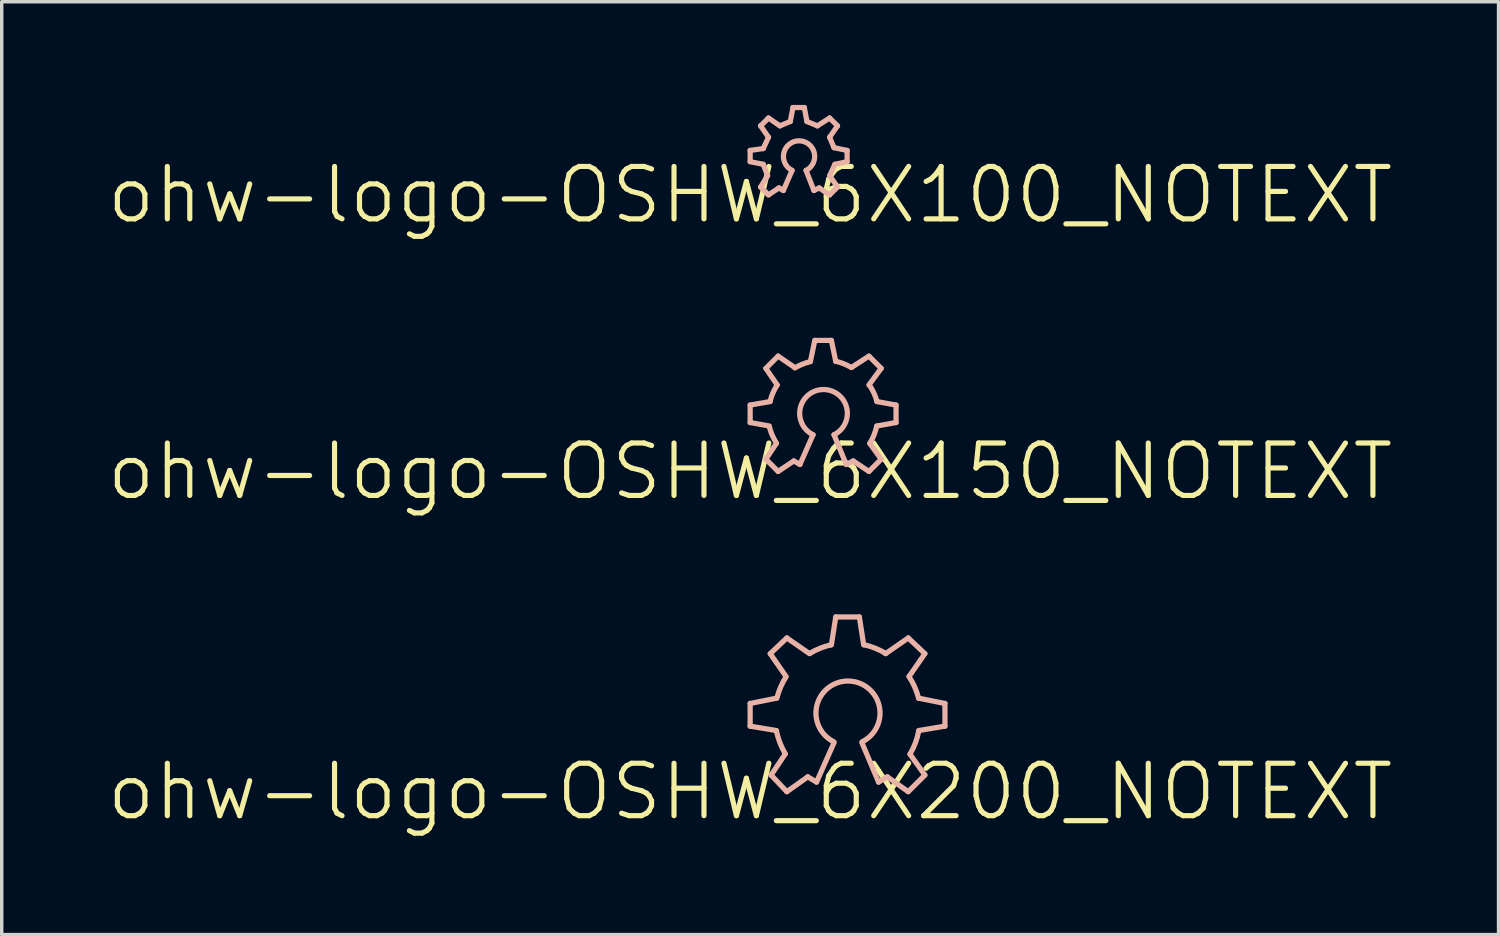
<source format=kicad_pcb>
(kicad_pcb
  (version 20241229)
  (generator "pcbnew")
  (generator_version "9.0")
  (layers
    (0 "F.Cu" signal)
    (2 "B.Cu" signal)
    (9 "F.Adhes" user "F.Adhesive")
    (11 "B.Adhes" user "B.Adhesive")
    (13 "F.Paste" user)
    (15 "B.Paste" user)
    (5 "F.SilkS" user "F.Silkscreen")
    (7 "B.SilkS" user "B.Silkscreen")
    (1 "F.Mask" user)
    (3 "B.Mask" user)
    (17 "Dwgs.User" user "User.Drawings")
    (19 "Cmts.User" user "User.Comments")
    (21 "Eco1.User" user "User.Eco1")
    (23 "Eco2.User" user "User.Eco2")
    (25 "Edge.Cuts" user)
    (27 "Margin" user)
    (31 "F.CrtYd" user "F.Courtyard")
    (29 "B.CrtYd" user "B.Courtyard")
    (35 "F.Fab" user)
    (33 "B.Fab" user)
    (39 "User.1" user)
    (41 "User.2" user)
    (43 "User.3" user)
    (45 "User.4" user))
  (footprint "ohw-logo-OSHW_6X150_NOTEXT"
    (layer "F.Cu")
    (at 18.76 10.657)
    (property "Reference" "ohw-logo-OSHW_6X150_NOTEXT" (at 0 0 0) (layer "F.SilkS") (effects (font (size 1.524 1.524) (thickness 0.15))))
    (attr exclude_from_pos_files exclude_from_bom)
    (fp_line (start 0 -1.93) (end 0.584 -2.032) (stroke (width 0.152) (type solid)) (layer "B.SilkS"))
    (fp_line (start 0 -1.422) (end 0 -1.93) (stroke (width 0.152) (type solid)) (layer "B.SilkS"))
    (fp_line (start 0.457 -2.997) (end 0.813 -3.353) (stroke (width 0.152) (type solid)) (layer "B.SilkS"))
    (fp_line (start 0.457 -0.356) (end 0.762 -0.813) (stroke (width 0.152) (type solid)) (layer "B.SilkS"))
    (fp_line (start 0.559 -1.321) (end 0 -1.422) (stroke (width 0.152) (type solid)) (layer "B.SilkS"))
    (fp_line (start 0.787 -2.515) (end 0.457 -2.997) (stroke (width 0.152) (type solid)) (layer "B.SilkS"))
    (fp_line (start 0.813 -3.353) (end 1.293 -3.023) (stroke (width 0.152) (type solid)) (layer "B.SilkS"))
    (fp_line (start 0.813 0) (end 0.457 -0.356) (stroke (width 0.152) (type solid)) (layer "B.SilkS"))
    (fp_line (start 1.27 -0.305) (end 0.813 0) (stroke (width 0.152) (type solid)) (layer "B.SilkS"))
    (fp_line (start 1.448 -0.203) (end 1.27 -0.305) (stroke (width 0.152) (type solid)) (layer "B.SilkS"))
    (fp_line (start 1.753 -3.2) (end 1.88 -3.81) (stroke (width 0.152) (type solid)) (layer "B.SilkS"))
    (fp_line (start 1.829 -1.067) (end 1.448 -0.203) (stroke (width 0.152) (type solid)) (layer "B.SilkS"))
    (fp_line (start 1.88 -3.81) (end 2.362 -3.81) (stroke (width 0.152) (type solid)) (layer "B.SilkS"))
    (fp_line (start 2.362 -3.81) (end 2.489 -3.2) (stroke (width 0.152) (type solid)) (layer "B.SilkS"))
    (fp_line (start 2.794 -0.203) (end 2.438 -1.067) (stroke (width 0.152) (type solid)) (layer "B.SilkS"))
    (fp_line (start 2.946 -3.023) (end 3.454 -3.353) (stroke (width 0.152) (type solid)) (layer "B.SilkS"))
    (fp_line (start 2.997 -0.305) (end 2.794 -0.203) (stroke (width 0.152) (type solid)) (layer "B.SilkS"))
    (fp_line (start 3.454 -3.353) (end 3.81 -2.997) (stroke (width 0.152) (type solid)) (layer "B.SilkS"))
    (fp_line (start 3.454 0) (end 2.997 -0.305) (stroke (width 0.152) (type solid)) (layer "B.SilkS"))
    (fp_line (start 3.48 -0.813) (end 3.81 -0.356) (stroke (width 0.152) (type solid)) (layer "B.SilkS"))
    (fp_line (start 3.683 -2.032) (end 4.242 -1.93) (stroke (width 0.152) (type solid)) (layer "B.SilkS"))
    (fp_line (start 3.81 -2.997) (end 3.454 -2.515) (stroke (width 0.152) (type solid)) (layer "B.SilkS"))
    (fp_line (start 3.81 -0.356) (end 3.454 0) (stroke (width 0.152) (type solid)) (layer "B.SilkS"))
    (fp_line (start 4.242 -1.93) (end 4.242 -1.422) (stroke (width 0.152) (type solid)) (layer "B.SilkS"))
    (fp_line (start 4.242 -1.422) (end 3.683 -1.321) (stroke (width 0.152) (type solid)) (layer "B.SilkS"))
    (fp_arc (start 0.57912 -2.03708) (mid 0.662808 -2.283227) (end 0.785375 -2.512508) (stroke (width 0.1524) (type solid)) (layer "B.SilkS"))
    (fp_arc (start 0.76708 -0.82296) (mid 0.647979 -1.041429) (end 0.565134 -1.276058) (stroke (width 0.1524) (type solid)) (layer "B.SilkS"))
    (fp_arc (start 1.30048 -3.0099) (mid 1.517433 -3.117671) (end 1.748256 -3.191185) (stroke (width 0.1524) (type solid)) (layer "B.SilkS"))
    (fp_arc (start 1.8288 -1.0668) (mid 2.133545 -2.382036) (end 2.438499 -1.066849) (stroke (width 0.1524) (type solid)) (layer "B.SilkS"))
    (fp_arc (start 2.4892 -3.20294) (mid 2.722588 -3.130236) (end 2.942011 -3.022492) (stroke (width 0.1524) (type solid)) (layer "B.SilkS"))
    (fp_arc (start 3.4671 -2.50952) (mid 3.597605 -2.281592) (end 3.687195 -2.034698) (stroke (width 0.1524) (type solid)) (layer "B.SilkS"))
    (fp_arc (start 3.68046 -1.3208) (mid 3.601058 -1.059744) (end 3.478168 -0.816119) (stroke (width 0.1524) (type solid)) (layer "B.SilkS")))
  (footprint "ohw-logo-OSHW_6X100_NOTEXT"
    (layer "F.Cu")
    (at 18.76 2.616)
    (property "Reference" "ohw-logo-OSHW_6X100_NOTEXT" (at 0 0 0) (layer "F.SilkS") (effects (font (size 1.524 1.524) (thickness 0.15))))
    (attr exclude_from_pos_files exclude_from_bom)
    (fp_line (start 0 -1.293) (end 0.381 -1.346) (stroke (width 0.152) (type solid)) (layer "B.SilkS"))
    (fp_line (start 0 -0.965) (end 0 -1.293) (stroke (width 0.152) (type solid)) (layer "B.SilkS"))
    (fp_line (start 0.305 -2.007) (end 0.533 -2.235) (stroke (width 0.152) (type solid)) (layer "B.SilkS"))
    (fp_line (start 0.305 -0.229) (end 0.508 -0.559) (stroke (width 0.152) (type solid)) (layer "B.SilkS"))
    (fp_line (start 0.381 -1.346) (end 0.533 -1.676) (stroke (width 0.152) (type solid)) (layer "B.SilkS"))
    (fp_line (start 0.381 -0.889) (end 0 -0.965) (stroke (width 0.152) (type solid)) (layer "B.SilkS"))
    (fp_line (start 0.508 -0.559) (end 0.381 -0.889) (stroke (width 0.152) (type solid)) (layer "B.SilkS"))
    (fp_line (start 0.533 -2.235) (end 0.864 -2.007) (stroke (width 0.152) (type solid)) (layer "B.SilkS"))
    (fp_line (start 0.533 -1.676) (end 0.305 -2.007) (stroke (width 0.152) (type solid)) (layer "B.SilkS"))
    (fp_line (start 0.533 0) (end 0.305 -0.229) (stroke (width 0.152) (type solid)) (layer "B.SilkS"))
    (fp_line (start 0.838 -0.203) (end 0.533 0) (stroke (width 0.152) (type solid)) (layer "B.SilkS"))
    (fp_line (start 0.864 -2.007) (end 1.168 -2.134) (stroke (width 0.152) (type solid)) (layer "B.SilkS"))
    (fp_line (start 0.965 -0.127) (end 0.838 -0.203) (stroke (width 0.152) (type solid)) (layer "B.SilkS"))
    (fp_line (start 1.168 -2.134) (end 1.245 -2.54) (stroke (width 0.152) (type solid)) (layer "B.SilkS"))
    (fp_line (start 1.219 -0.711) (end 0.965 -0.127) (stroke (width 0.152) (type solid)) (layer "B.SilkS"))
    (fp_line (start 1.245 -2.54) (end 1.575 -2.54) (stroke (width 0.152) (type solid)) (layer "B.SilkS"))
    (fp_line (start 1.575 -2.54) (end 1.651 -2.134) (stroke (width 0.152) (type solid)) (layer "B.SilkS"))
    (fp_line (start 1.651 -2.134) (end 1.956 -2.007) (stroke (width 0.152) (type solid)) (layer "B.SilkS"))
    (fp_line (start 1.854 -0.127) (end 1.626 -0.711) (stroke (width 0.152) (type solid)) (layer "B.SilkS"))
    (fp_line (start 1.956 -2.007) (end 2.311 -2.235) (stroke (width 0.152) (type solid)) (layer "B.SilkS"))
    (fp_line (start 2.007 -0.203) (end 1.854 -0.127) (stroke (width 0.152) (type solid)) (layer "B.SilkS"))
    (fp_line (start 2.311 -2.235) (end 2.54 -2.007) (stroke (width 0.152) (type solid)) (layer "B.SilkS"))
    (fp_line (start 2.311 -1.676) (end 2.438 -1.372) (stroke (width 0.152) (type solid)) (layer "B.SilkS"))
    (fp_line (start 2.311 -0.559) (end 2.54 -0.229) (stroke (width 0.152) (type solid)) (layer "B.SilkS"))
    (fp_line (start 2.311 0) (end 2.007 -0.203) (stroke (width 0.152) (type solid)) (layer "B.SilkS"))
    (fp_line (start 2.438 -1.372) (end 2.819 -1.293) (stroke (width 0.152) (type solid)) (layer "B.SilkS"))
    (fp_line (start 2.464 -0.889) (end 2.311 -0.559) (stroke (width 0.152) (type solid)) (layer "B.SilkS"))
    (fp_line (start 2.54 -2.007) (end 2.311 -1.676) (stroke (width 0.152) (type solid)) (layer "B.SilkS"))
    (fp_line (start 2.54 -0.229) (end 2.311 0) (stroke (width 0.152) (type solid)) (layer "B.SilkS"))
    (fp_line (start 2.819 -1.293) (end 2.819 -0.965) (stroke (width 0.152) (type solid)) (layer "B.SilkS"))
    (fp_line (start 2.819 -0.965) (end 2.464 -0.889) (stroke (width 0.152) (type solid)) (layer "B.SilkS"))
    (fp_arc (start 1.2192 -0.7112) (mid 1.422123 -1.571969) (end 1.626096 -0.711448) (stroke (width 0.1524) (type solid)) (layer "B.SilkS")))
  (footprint "ohw-logo-OSHW_6X200_NOTEXT"
    (layer "F.Cu")
    (at 18.76 19.968)
    (property "Reference" "ohw-logo-OSHW_6X200_NOTEXT" (at 0 0 0) (layer "F.SilkS") (effects (font (size 1.524 1.524) (thickness 0.15))))
    (attr exclude_from_pos_files exclude_from_bom)
    (fp_line (start 0 -2.565) (end 0.762 -2.718) (stroke (width 0.152) (type solid)) (layer "B.SilkS"))
    (fp_line (start 0 -1.905) (end 0 -2.565) (stroke (width 0.152) (type solid)) (layer "B.SilkS"))
    (fp_line (start 0.584 -4.013) (end 1.067 -4.47) (stroke (width 0.152) (type solid)) (layer "B.SilkS"))
    (fp_line (start 0.61 -0.483) (end 1.016 -1.09) (stroke (width 0.152) (type solid)) (layer "B.SilkS"))
    (fp_line (start 0.762 -1.778) (end 0 -1.905) (stroke (width 0.152) (type solid)) (layer "B.SilkS"))
    (fp_line (start 1.041 -3.353) (end 0.584 -4.013) (stroke (width 0.152) (type solid)) (layer "B.SilkS"))
    (fp_line (start 1.067 -4.47) (end 1.727 -4.013) (stroke (width 0.152) (type solid)) (layer "B.SilkS"))
    (fp_line (start 1.067 0) (end 0.61 -0.483) (stroke (width 0.152) (type solid)) (layer "B.SilkS"))
    (fp_line (start 1.676 -0.432) (end 1.067 0) (stroke (width 0.152) (type solid)) (layer "B.SilkS"))
    (fp_line (start 1.93 -0.279) (end 1.676 -0.432) (stroke (width 0.152) (type solid)) (layer "B.SilkS"))
    (fp_line (start 2.362 -4.267) (end 2.489 -5.08) (stroke (width 0.152) (type solid)) (layer "B.SilkS"))
    (fp_line (start 2.438 -1.422) (end 1.93 -0.279) (stroke (width 0.152) (type solid)) (layer "B.SilkS"))
    (fp_line (start 2.489 -5.08) (end 3.175 -5.08) (stroke (width 0.152) (type solid)) (layer "B.SilkS"))
    (fp_line (start 3.175 -5.08) (end 3.302 -4.267) (stroke (width 0.152) (type solid)) (layer "B.SilkS"))
    (fp_line (start 3.734 -0.279) (end 3.251 -1.422) (stroke (width 0.152) (type solid)) (layer "B.SilkS"))
    (fp_line (start 3.937 -4.013) (end 4.597 -4.47) (stroke (width 0.152) (type solid)) (layer "B.SilkS"))
    (fp_line (start 3.988 -0.432) (end 3.734 -0.279) (stroke (width 0.152) (type solid)) (layer "B.SilkS"))
    (fp_line (start 4.597 -4.47) (end 5.08 -4.013) (stroke (width 0.152) (type solid)) (layer "B.SilkS"))
    (fp_line (start 4.597 0) (end 3.988 -0.432) (stroke (width 0.152) (type solid)) (layer "B.SilkS"))
    (fp_line (start 4.648 -1.09) (end 5.08 -0.483) (stroke (width 0.152) (type solid)) (layer "B.SilkS"))
    (fp_line (start 4.902 -2.718) (end 5.664 -2.565) (stroke (width 0.152) (type solid)) (layer "B.SilkS"))
    (fp_line (start 5.08 -4.013) (end 4.623 -3.353) (stroke (width 0.152) (type solid)) (layer "B.SilkS"))
    (fp_line (start 5.08 -0.483) (end 4.597 0) (stroke (width 0.152) (type solid)) (layer "B.SilkS"))
    (fp_line (start 5.664 -2.565) (end 5.664 -1.905) (stroke (width 0.152) (type solid)) (layer "B.SilkS"))
    (fp_line (start 5.664 -1.905) (end 4.902 -1.778) (stroke (width 0.152) (type solid)) (layer "B.SilkS"))
    (fp_arc (start 0.77724 -2.7178) (mid 0.884541 -3.037663) (end 1.041341 -3.336393) (stroke (width 0.1524) (type solid)) (layer "B.SilkS"))
    (fp_arc (start 1.02362 -1.09982) (mid 0.865008 -1.423936) (end 0.763879 -1.77032) (stroke (width 0.1524) (type solid)) (layer "B.SilkS"))
    (fp_arc (start 1.73482 -4.02082) (mid 2.028123 -4.167597) (end 2.340603 -4.267229) (stroke (width 0.1524) (type solid)) (layer "B.SilkS"))
    (fp_arc (start 2.4384 -1.4478) (mid 2.844253 -3.217526) (end 3.252184 -1.448278) (stroke (width 0.1524) (type solid)) (layer "B.SilkS"))
    (fp_arc (start 3.3147 -4.27228) (mid 3.639593 -4.170117) (end 3.943972 -4.017323) (stroke (width 0.1524) (type solid)) (layer "B.SilkS"))
    (fp_arc (start 4.61772 -3.34772) (mid 4.784209 -3.044218) (end 4.897466 -2.717103) (stroke (width 0.1524) (type solid)) (layer "B.SilkS"))
    (fp_arc (start 4.9022 -1.76784) (mid 4.804838 -1.418278) (end 4.647398 -1.091345) (stroke (width 0.1524) (type solid)) (layer "B.SilkS")))
  (gr_rect
    (start -3 -3)
    (end 40.519 24.123)
    (stroke (width 0.1) (type default))
    (fill no)
    (layer "Edge.Cuts")))
</source>
